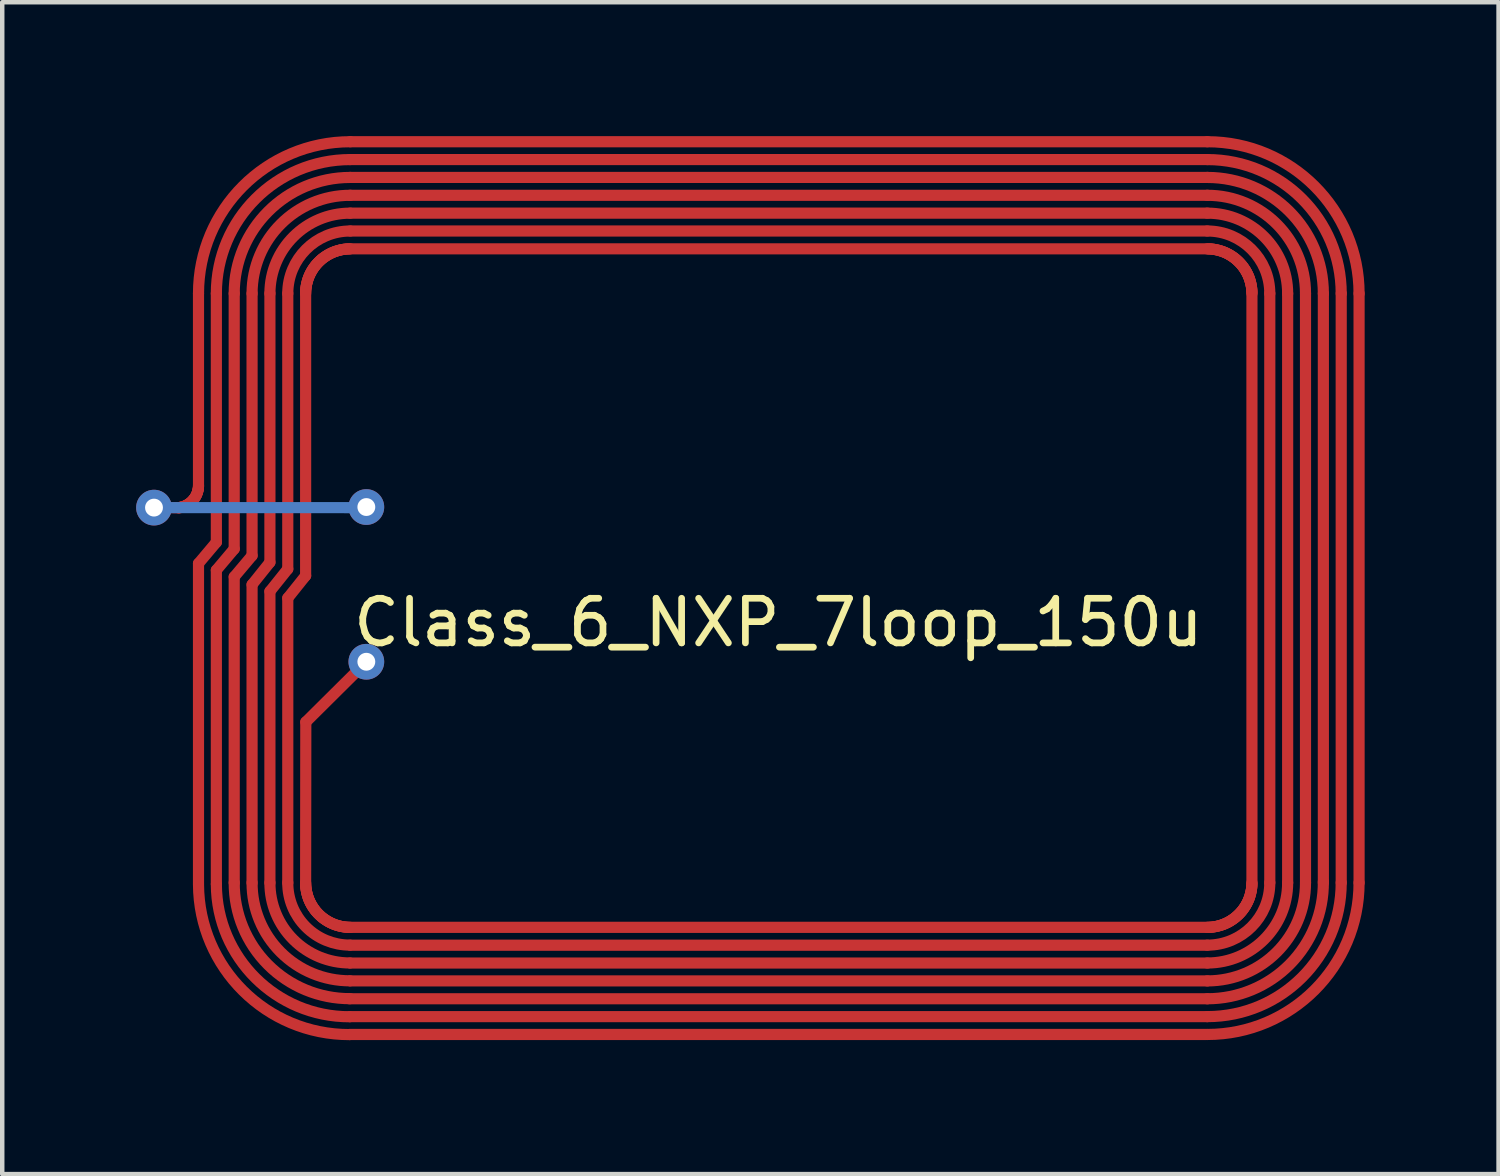
<source format=kicad_pcb>
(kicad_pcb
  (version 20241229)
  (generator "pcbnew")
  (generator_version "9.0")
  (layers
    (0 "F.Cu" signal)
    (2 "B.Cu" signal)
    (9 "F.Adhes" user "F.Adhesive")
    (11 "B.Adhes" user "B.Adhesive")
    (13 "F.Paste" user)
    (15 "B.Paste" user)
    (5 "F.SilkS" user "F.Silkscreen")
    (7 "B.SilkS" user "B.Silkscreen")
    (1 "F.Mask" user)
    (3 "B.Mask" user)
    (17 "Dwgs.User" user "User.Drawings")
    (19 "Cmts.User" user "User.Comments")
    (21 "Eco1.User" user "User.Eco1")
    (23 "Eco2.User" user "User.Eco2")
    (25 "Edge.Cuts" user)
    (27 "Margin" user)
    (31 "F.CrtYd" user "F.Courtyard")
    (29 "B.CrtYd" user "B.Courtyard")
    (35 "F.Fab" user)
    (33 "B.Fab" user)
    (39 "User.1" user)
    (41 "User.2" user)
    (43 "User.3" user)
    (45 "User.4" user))
  (footprint "Class_6_NXP_7loop_150u"
    (layer "F.Cu")
    (at 14.387 10.398)
    (property "Reference" "Class_6_NXP_7loop_150u" (at 0 0.5 0) (layer "F.SilkS") (effects (font (size 1 1) (thickness 0.15))))
    (attr through_hole)
    (fp_line (start -13.987 -2.076) (end -13.44 -2.073) (stroke (width 0.25) (type solid)) (layer "F.Cu"))
    (fp_line (start -13.446 -2.075) (end -13.425 -2.077) (stroke (width 0.25) (type solid)) (layer "F.Cu"))
    (fp_line (start -13.44 -2.073) (end -13.418 -2.073) (stroke (width 0.25) (type solid)) (layer "F.Cu"))
    (fp_line (start -13.425 -2.077) (end -13.403 -2.081) (stroke (width 0.25) (type solid)) (layer "F.Cu"))
    (fp_line (start -13.418 -2.073) (end -13.396 -2.075) (stroke (width 0.25) (type solid)) (layer "F.Cu"))
    (fp_line (start -13.403 -2.081) (end -13.382 -2.085) (stroke (width 0.25) (type solid)) (layer "F.Cu"))
    (fp_line (start -13.382 -2.085) (end -13.36 -2.09) (stroke (width 0.25) (type solid)) (layer "F.Cu"))
    (fp_line (start -13.36 -2.09) (end -13.34 -2.096) (stroke (width 0.25) (type solid)) (layer "F.Cu"))
    (fp_line (start -13.34 -2.096) (end -13.319 -2.103) (stroke (width 0.25) (type solid)) (layer "F.Cu"))
    (fp_line (start -13.319 -2.103) (end -13.298 -2.111) (stroke (width 0.25) (type solid)) (layer "F.Cu"))
    (fp_line (start -13.298 -2.111) (end -13.279 -2.12) (stroke (width 0.25) (type solid)) (layer "F.Cu"))
    (fp_line (start -13.279 -2.12) (end -13.259 -2.129) (stroke (width 0.25) (type solid)) (layer "F.Cu"))
    (fp_line (start -13.259 -2.129) (end -13.24 -2.14) (stroke (width 0.25) (type solid)) (layer "F.Cu"))
    (fp_line (start -13.24 -2.14) (end -13.221 -2.151) (stroke (width 0.25) (type solid)) (layer "F.Cu"))
    (fp_line (start -13.221 -2.151) (end -13.203 -2.163) (stroke (width 0.25) (type solid)) (layer "F.Cu"))
    (fp_line (start -13.203 -2.163) (end -13.185 -2.176) (stroke (width 0.25) (type solid)) (layer "F.Cu"))
    (fp_line (start -13.185 -2.176) (end -13.168 -2.19) (stroke (width 0.25) (type solid)) (layer "F.Cu"))
    (fp_line (start -13.168 -2.19) (end -13.152 -2.204) (stroke (width 0.25) (type solid)) (layer "F.Cu"))
    (fp_line (start -13.152 -2.204) (end -13.136 -2.22) (stroke (width 0.25) (type solid)) (layer "F.Cu"))
    (fp_line (start -13.136 -2.22) (end -13.121 -2.235) (stroke (width 0.25) (type solid)) (layer "F.Cu"))
    (fp_line (start -13.121 -2.235) (end -13.107 -2.252) (stroke (width 0.25) (type solid)) (layer "F.Cu"))
    (fp_line (start -13.107 -2.252) (end -13.093 -2.269) (stroke (width 0.25) (type solid)) (layer "F.Cu"))
    (fp_line (start -13.093 -2.269) (end -13.08 -2.286) (stroke (width 0.25) (type solid)) (layer "F.Cu"))
    (fp_line (start -13.08 -2.286) (end -13.068 -2.304) (stroke (width 0.25) (type solid)) (layer "F.Cu"))
    (fp_line (start -13.068 -2.304) (end -13.057 -2.323) (stroke (width 0.25) (type solid)) (layer "F.Cu"))
    (fp_line (start -13.057 -2.323) (end -13.046 -2.342) (stroke (width 0.25) (type solid)) (layer "F.Cu"))
    (fp_line (start -13.046 -2.342) (end -13.036 -2.362) (stroke (width 0.25) (type solid)) (layer "F.Cu"))
    (fp_line (start -13.036 -2.362) (end -13.028 -2.382) (stroke (width 0.25) (type solid)) (layer "F.Cu"))
    (fp_line (start -13.028 -2.382) (end -13.02 -2.402) (stroke (width 0.25) (type solid)) (layer "F.Cu"))
    (fp_line (start -13.02 -2.402) (end -13.013 -2.423) (stroke (width 0.25) (type solid)) (layer "F.Cu"))
    (fp_line (start -13.013 -2.423) (end -13.007 -2.444) (stroke (width 0.25) (type solid)) (layer "F.Cu"))
    (fp_line (start -13.007 -2.444) (end -13.002 -2.465) (stroke (width 0.25) (type solid)) (layer "F.Cu"))
    (fp_line (start -13.002 -2.465) (end -12.997 -2.486) (stroke (width 0.25) (type solid)) (layer "F.Cu"))
    (fp_line (start -12.997 -2.486) (end -12.994 -2.508) (stroke (width 0.25) (type solid)) (layer "F.Cu"))
    (fp_line (start -12.994 -2.508) (end -12.992 -2.529) (stroke (width 0.25) (type solid)) (layer "F.Cu"))
    (fp_line (start -12.992 -2.529) (end -12.99 -2.551) (stroke (width 0.25) (type solid)) (layer "F.Cu"))
    (fp_line (start -12.99 -2.551) (end -12.99 -2.573) (stroke (width 0.25) (type solid)) (layer "F.Cu"))
    (fp_line (start -12.99 -6.873) (end -12.99 -2.573) (stroke (width 0.25) (type solid)) (layer "F.Cu"))
    (fp_line (start -12.99 -0.825) (end -12.99 6.35) (stroke (width 0.25) (type solid)) (layer "F.Cu"))
    (fp_line (start -12.99 -0.825) (end -12.59 -1.3) (stroke (width 0.25) (type solid)) (layer "F.Cu"))
    (fp_line (start -12.59 -1.3) (end -12.59 -6.873) (stroke (width 0.25) (type solid)) (layer "F.Cu"))
    (fp_line (start -12.59 -0.675) (end -12.59 6.35) (stroke (width 0.25) (type solid)) (layer "F.Cu"))
    (fp_line (start -12.59 -0.675) (end -12.19 -1.15) (stroke (width 0.25) (type solid)) (layer "F.Cu"))
    (fp_line (start -12.19 -0.525) (end -12.19 6.327) (stroke (width 0.25) (type solid)) (layer "F.Cu"))
    (fp_line (start -12.19 -0.525) (end -11.79 -1) (stroke (width 0.25) (type solid)) (layer "F.Cu"))
    (fp_line (start -12.19 -1.15) (end -12.19 -6.873) (stroke (width 0.25) (type solid)) (layer "F.Cu"))
    (fp_line (start -11.79 -1) (end -11.79 -6.873) (stroke (width 0.25) (type solid)) (layer "F.Cu"))
    (fp_line (start -11.79 -0.35) (end -11.79 6.327) (stroke (width 0.25) (type solid)) (layer "F.Cu"))
    (fp_line (start -11.39 -6.873) (end -11.39 -0.85) (stroke (width 0.25) (type solid)) (layer "F.Cu"))
    (fp_line (start -11.39 -0.85) (end -11.79 -0.35) (stroke (width 0.25) (type solid)) (layer "F.Cu"))
    (fp_line (start -11.39 -0.2) (end -10.99 -0.7) (stroke (width 0.25) (type solid)) (layer "F.Cu"))
    (fp_line (start -11.39 6.327) (end -11.39 -0.2) (stroke (width 0.25) (type solid)) (layer "F.Cu"))
    (fp_line (start -10.99 -0.7) (end -10.99 -6.873) (stroke (width 0.25) (type solid)) (layer "F.Cu"))
    (fp_line (start -10.99 -0.05) (end -10.99 6.327) (stroke (width 0.25) (type solid)) (layer "F.Cu"))
    (fp_line (start -10.59 -6.873) (end -10.59 -0.55) (stroke (width 0.25) (type solid)) (layer "F.Cu"))
    (fp_line (start -10.59 -0.55) (end -10.99 -0.05) (stroke (width 0.25) (type solid)) (layer "F.Cu"))
    (fp_line (start -10.59 6.327) (end -10.589 6.358) (stroke (width 0.25) (type solid)) (layer "F.Cu"))
    (fp_line (start -10.59 6.327) (end -10.586 2.727) (stroke (width 0.25) (type solid)) (layer "F.Cu"))
    (fp_line (start -10.589 -6.904) (end -10.59 -6.873) (stroke (width 0.25) (type solid)) (layer "F.Cu"))
    (fp_line (start -10.589 6.358) (end -10.588 6.39) (stroke (width 0.25) (type solid)) (layer "F.Cu"))
    (fp_line (start -10.588 -6.936) (end -10.589 -6.904) (stroke (width 0.25) (type solid)) (layer "F.Cu"))
    (fp_line (start -10.588 6.39) (end -10.586 6.421) (stroke (width 0.25) (type solid)) (layer "F.Cu"))
    (fp_line (start -10.586 2.727) (end -9.25 1.4) (stroke (width 0.25) (type solid)) (layer "F.Cu"))
    (fp_line (start -10.586 -6.967) (end -10.588 -6.936) (stroke (width 0.25) (type solid)) (layer "F.Cu"))
    (fp_line (start -10.586 6.421) (end -10.582 6.452) (stroke (width 0.25) (type solid)) (layer "F.Cu"))
    (fp_line (start -10.582 -6.998) (end -10.586 -6.967) (stroke (width 0.25) (type solid)) (layer "F.Cu"))
    (fp_line (start -10.582 6.452) (end -10.578 6.483) (stroke (width 0.25) (type solid)) (layer "F.Cu"))
    (fp_line (start -10.578 -7.029) (end -10.582 -6.998) (stroke (width 0.25) (type solid)) (layer "F.Cu"))
    (fp_line (start -10.578 6.483) (end -10.572 6.514) (stroke (width 0.25) (type solid)) (layer "F.Cu"))
    (fp_line (start -10.572 -7.06) (end -10.578 -7.029) (stroke (width 0.25) (type solid)) (layer "F.Cu"))
    (fp_line (start -10.572 6.514) (end -10.566 6.545) (stroke (width 0.25) (type solid)) (layer "F.Cu"))
    (fp_line (start -10.566 -7.091) (end -10.572 -7.06) (stroke (width 0.25) (type solid)) (layer "F.Cu"))
    (fp_line (start -10.566 6.545) (end -10.558 6.576) (stroke (width 0.25) (type solid)) (layer "F.Cu"))
    (fp_line (start -10.558 -7.122) (end -10.566 -7.091) (stroke (width 0.25) (type solid)) (layer "F.Cu"))
    (fp_line (start -10.558 6.576) (end -10.55 6.606) (stroke (width 0.25) (type solid)) (layer "F.Cu"))
    (fp_line (start -10.55 -7.152) (end -10.558 -7.122) (stroke (width 0.25) (type solid)) (layer "F.Cu"))
    (fp_line (start -10.55 6.606) (end -10.541 6.636) (stroke (width 0.25) (type solid)) (layer "F.Cu"))
    (fp_line (start -10.541 -7.182) (end -10.55 -7.152) (stroke (width 0.25) (type solid)) (layer "F.Cu"))
    (fp_line (start -10.541 6.636) (end -10.531 6.666) (stroke (width 0.25) (type solid)) (layer "F.Cu"))
    (fp_line (start -10.531 -7.212) (end -10.541 -7.182) (stroke (width 0.25) (type solid)) (layer "F.Cu"))
    (fp_line (start -10.531 6.666) (end -10.52 6.695) (stroke (width 0.25) (type solid)) (layer "F.Cu"))
    (fp_line (start -10.52 -7.241) (end -10.531 -7.212) (stroke (width 0.25) (type solid)) (layer "F.Cu"))
    (fp_line (start -10.52 6.695) (end -10.508 6.724) (stroke (width 0.25) (type solid)) (layer "F.Cu"))
    (fp_line (start -10.508 -7.27) (end -10.52 -7.241) (stroke (width 0.25) (type solid)) (layer "F.Cu"))
    (fp_line (start -10.508 6.724) (end -10.495 6.753) (stroke (width 0.25) (type solid)) (layer "F.Cu"))
    (fp_line (start -10.495 -7.299) (end -10.508 -7.27) (stroke (width 0.25) (type solid)) (layer "F.Cu"))
    (fp_line (start -10.495 6.753) (end -10.481 6.781) (stroke (width 0.25) (type solid)) (layer "F.Cu"))
    (fp_line (start -10.481 -7.327) (end -10.495 -7.299) (stroke (width 0.25) (type solid)) (layer "F.Cu"))
    (fp_line (start -10.481 6.781) (end -10.466 6.809) (stroke (width 0.25) (type solid)) (layer "F.Cu"))
    (fp_line (start -10.466 -7.355) (end -10.481 -7.327) (stroke (width 0.25) (type solid)) (layer "F.Cu"))
    (fp_line (start -10.466 6.809) (end -10.451 6.836) (stroke (width 0.25) (type solid)) (layer "F.Cu"))
    (fp_line (start -10.451 -7.382) (end -10.466 -7.355) (stroke (width 0.25) (type solid)) (layer "F.Cu"))
    (fp_line (start -10.451 6.836) (end -10.434 6.863) (stroke (width 0.25) (type solid)) (layer "F.Cu"))
    (fp_line (start -10.434 -7.409) (end -10.451 -7.382) (stroke (width 0.25) (type solid)) (layer "F.Cu"))
    (fp_line (start -10.434 6.863) (end -10.417 6.889) (stroke (width 0.25) (type solid)) (layer "F.Cu"))
    (fp_line (start -10.417 -7.435) (end -10.434 -7.409) (stroke (width 0.25) (type solid)) (layer "F.Cu"))
    (fp_line (start -10.417 6.889) (end -10.399 6.915) (stroke (width 0.25) (type solid)) (layer "F.Cu"))
    (fp_line (start -10.399 -7.461) (end -10.417 -7.435) (stroke (width 0.25) (type solid)) (layer "F.Cu"))
    (fp_line (start -10.399 6.915) (end -10.38 6.94) (stroke (width 0.25) (type solid)) (layer "F.Cu"))
    (fp_line (start -10.38 -7.486) (end -10.399 -7.461) (stroke (width 0.25) (type solid)) (layer "F.Cu"))
    (fp_line (start -10.38 6.94) (end -10.361 6.965) (stroke (width 0.25) (type solid)) (layer "F.Cu"))
    (fp_line (start -10.361 -7.51) (end -10.38 -7.486) (stroke (width 0.25) (type solid)) (layer "F.Cu"))
    (fp_line (start -10.361 6.965) (end -10.34 6.988) (stroke (width 0.25) (type solid)) (layer "F.Cu"))
    (fp_line (start -10.34 -7.534) (end -10.361 -7.51) (stroke (width 0.25) (type solid)) (layer "F.Cu"))
    (fp_line (start -10.34 6.988) (end -10.319 7.012) (stroke (width 0.25) (type solid)) (layer "F.Cu"))
    (fp_line (start -10.319 -7.557) (end -10.34 -7.534) (stroke (width 0.25) (type solid)) (layer "F.Cu"))
    (fp_line (start -10.319 7.012) (end -10.297 7.034) (stroke (width 0.25) (type solid)) (layer "F.Cu"))
    (fp_line (start -10.297 -7.58) (end -10.319 -7.557) (stroke (width 0.25) (type solid)) (layer "F.Cu"))
    (fp_line (start -10.297 7.034) (end -10.274 7.056) (stroke (width 0.25) (type solid)) (layer "F.Cu"))
    (fp_line (start -10.274 -7.602) (end -10.297 -7.58) (stroke (width 0.25) (type solid)) (layer "F.Cu"))
    (fp_line (start -10.274 7.056) (end -10.251 7.077) (stroke (width 0.25) (type solid)) (layer "F.Cu"))
    (fp_line (start -10.251 -7.623) (end -10.274 -7.602) (stroke (width 0.25) (type solid)) (layer "F.Cu"))
    (fp_line (start -10.251 7.077) (end -10.228 7.098) (stroke (width 0.25) (type solid)) (layer "F.Cu"))
    (fp_line (start -10.228 -7.644) (end -10.251 -7.623) (stroke (width 0.25) (type solid)) (layer "F.Cu"))
    (fp_line (start -10.228 7.098) (end -10.203 7.117) (stroke (width 0.25) (type solid)) (layer "F.Cu"))
    (fp_line (start -10.203 -7.663) (end -10.228 -7.644) (stroke (width 0.25) (type solid)) (layer "F.Cu"))
    (fp_line (start -10.203 7.117) (end -10.178 7.136) (stroke (width 0.25) (type solid)) (layer "F.Cu"))
    (fp_line (start -10.178 -7.682) (end -10.203 -7.663) (stroke (width 0.25) (type solid)) (layer "F.Cu"))
    (fp_line (start -10.178 7.136) (end -10.152 7.154) (stroke (width 0.25) (type solid)) (layer "F.Cu"))
    (fp_line (start -10.152 -7.7) (end -10.178 -7.682) (stroke (width 0.25) (type solid)) (layer "F.Cu"))
    (fp_line (start -10.152 7.154) (end -10.126 7.171) (stroke (width 0.25) (type solid)) (layer "F.Cu"))
    (fp_line (start -10.126 -7.717) (end -10.152 -7.7) (stroke (width 0.25) (type solid)) (layer "F.Cu"))
    (fp_line (start -10.126 7.171) (end -10.099 7.188) (stroke (width 0.25) (type solid)) (layer "F.Cu"))
    (fp_line (start -10.099 -7.734) (end -10.126 -7.717) (stroke (width 0.25) (type solid)) (layer "F.Cu"))
    (fp_line (start -10.099 7.188) (end -10.072 7.203) (stroke (width 0.25) (type solid)) (layer "F.Cu"))
    (fp_line (start -10.072 -7.749) (end -10.099 -7.734) (stroke (width 0.25) (type solid)) (layer "F.Cu"))
    (fp_line (start -10.072 7.203) (end -10.044 7.218) (stroke (width 0.25) (type solid)) (layer "F.Cu"))
    (fp_line (start -10.044 -7.764) (end -10.072 -7.749) (stroke (width 0.25) (type solid)) (layer "F.Cu"))
    (fp_line (start -10.044 7.218) (end -10.016 7.232) (stroke (width 0.25) (type solid)) (layer "F.Cu"))
    (fp_line (start -10.016 -7.778) (end -10.044 -7.764) (stroke (width 0.25) (type solid)) (layer "F.Cu"))
    (fp_line (start -10.016 7.232) (end -9.987 7.245) (stroke (width 0.25) (type solid)) (layer "F.Cu"))
    (fp_line (start -9.987 -7.791) (end -10.016 -7.778) (stroke (width 0.25) (type solid)) (layer "F.Cu"))
    (fp_line (start -9.987 7.245) (end -9.958 7.257) (stroke (width 0.25) (type solid)) (layer "F.Cu"))
    (fp_line (start -9.958 -7.803) (end -9.987 -7.791) (stroke (width 0.25) (type solid)) (layer "F.Cu"))
    (fp_line (start -9.958 7.257) (end -9.929 7.268) (stroke (width 0.25) (type solid)) (layer "F.Cu"))
    (fp_line (start -9.929 -7.814) (end -9.958 -7.803) (stroke (width 0.25) (type solid)) (layer "F.Cu"))
    (fp_line (start -9.929 7.268) (end -9.899 7.278) (stroke (width 0.25) (type solid)) (layer "F.Cu"))
    (fp_line (start -9.899 -7.824) (end -9.929 -7.814) (stroke (width 0.25) (type solid)) (layer "F.Cu"))
    (fp_line (start -9.899 7.278) (end -9.869 7.287) (stroke (width 0.25) (type solid)) (layer "F.Cu"))
    (fp_line (start -9.869 -7.833) (end -9.899 -7.824) (stroke (width 0.25) (type solid)) (layer "F.Cu"))
    (fp_line (start -9.869 7.287) (end -9.839 7.295) (stroke (width 0.25) (type solid)) (layer "F.Cu"))
    (fp_line (start -9.839 -7.841) (end -9.869 -7.833) (stroke (width 0.25) (type solid)) (layer "F.Cu"))
    (fp_line (start -9.839 7.295) (end -9.808 7.303) (stroke (width 0.25) (type solid)) (layer "F.Cu"))
    (fp_line (start -9.808 -7.849) (end -9.839 -7.841) (stroke (width 0.25) (type solid)) (layer "F.Cu"))
    (fp_line (start -9.808 7.303) (end -9.777 7.309) (stroke (width 0.25) (type solid)) (layer "F.Cu"))
    (fp_line (start -9.777 -7.855) (end -9.808 -7.849) (stroke (width 0.25) (type solid)) (layer "F.Cu"))
    (fp_line (start -9.777 7.309) (end -9.746 7.315) (stroke (width 0.25) (type solid)) (layer "F.Cu"))
    (fp_line (start -9.746 -7.861) (end -9.777 -7.855) (stroke (width 0.25) (type solid)) (layer "F.Cu"))
    (fp_line (start -9.746 7.315) (end -9.715 7.319) (stroke (width 0.25) (type solid)) (layer "F.Cu"))
    (fp_line (start -9.715 -7.865) (end -9.746 -7.861) (stroke (width 0.25) (type solid)) (layer "F.Cu"))
    (fp_line (start -9.715 7.319) (end -9.684 7.323) (stroke (width 0.25) (type solid)) (layer "F.Cu"))
    (fp_line (start -9.684 -7.869) (end -9.715 -7.865) (stroke (width 0.25) (type solid)) (layer "F.Cu"))
    (fp_line (start -9.684 7.323) (end -9.653 7.325) (stroke (width 0.25) (type solid)) (layer "F.Cu"))
    (fp_line (start -9.653 -7.871) (end -9.684 -7.869) (stroke (width 0.25) (type solid)) (layer "F.Cu"))
    (fp_line (start -9.653 7.325) (end -9.621 7.326) (stroke (width 0.25) (type solid)) (layer "F.Cu"))
    (fp_line (start -9.621 -7.872) (end -9.653 -7.871) (stroke (width 0.25) (type solid)) (layer "F.Cu"))
    (fp_line (start -9.621 7.326) (end -9.59 7.327) (stroke (width 0.25) (type solid)) (layer "F.Cu"))
    (fp_line (start -9.61 8.927) (end 9.61 8.927) (stroke (width 0.25) (type solid)) (layer "F.Cu"))
    (fp_line (start -9.61 9.727) (end 9.6 9.727) (stroke (width 0.25) (type solid)) (layer "F.Cu"))
    (fp_line (start -9.6 9.327) (end 9.61 9.327) (stroke (width 0.25) (type solid)) (layer "F.Cu"))
    (fp_line (start -9.59 -9.073) (end 9.61 -9.073) (stroke (width 0.25) (type solid)) (layer "F.Cu"))
    (fp_line (start -9.59 -8.273) (end 9.61 -8.273) (stroke (width 0.25) (type solid)) (layer "F.Cu"))
    (fp_line (start -9.59 -7.873) (end -9.621 -7.872) (stroke (width 0.25) (type solid)) (layer "F.Cu"))
    (fp_line (start -9.59 7.327) (end 9.61 7.327) (stroke (width 0.25) (type solid)) (layer "F.Cu"))
    (fp_line (start -9.59 8.127) (end 9.61 8.127) (stroke (width 0.25) (type solid)) (layer "F.Cu"))
    (fp_line (start 9.61 -10.273) (end -9.59 -10.273) (stroke (width 0.25) (type solid)) (layer "F.Cu"))
    (fp_line (start 9.61 -9.873) (end -9.59 -9.873) (stroke (width 0.25) (type solid)) (layer "F.Cu"))
    (fp_line (start 9.61 -9.473) (end -9.59 -9.473) (stroke (width 0.25) (type solid)) (layer "F.Cu"))
    (fp_line (start 9.61 -8.673) (end -9.59 -8.673) (stroke (width 0.25) (type solid)) (layer "F.Cu"))
    (fp_line (start 9.61 -7.873) (end -9.59 -7.873) (stroke (width 0.25) (type solid)) (layer "F.Cu"))
    (fp_line (start 9.61 7.327) (end 9.641 7.326) (stroke (width 0.25) (type solid)) (layer "F.Cu"))
    (fp_line (start 9.61 7.727) (end -9.59 7.727) (stroke (width 0.25) (type solid)) (layer "F.Cu"))
    (fp_line (start 9.61 8.527) (end -9.59 8.527) (stroke (width 0.25) (type solid)) (layer "F.Cu"))
    (fp_line (start 9.641 -7.872) (end 9.61 -7.873) (stroke (width 0.25) (type solid)) (layer "F.Cu"))
    (fp_line (start 9.641 7.326) (end 9.673 7.325) (stroke (width 0.25) (type solid)) (layer "F.Cu"))
    (fp_line (start 9.673 -7.871) (end 9.641 -7.872) (stroke (width 0.25) (type solid)) (layer "F.Cu"))
    (fp_line (start 9.673 7.325) (end 9.704 7.323) (stroke (width 0.25) (type solid)) (layer "F.Cu"))
    (fp_line (start 9.704 -7.869) (end 9.673 -7.871) (stroke (width 0.25) (type solid)) (layer "F.Cu"))
    (fp_line (start 9.704 7.323) (end 9.735 7.319) (stroke (width 0.25) (type solid)) (layer "F.Cu"))
    (fp_line (start 9.735 -7.865) (end 9.704 -7.869) (stroke (width 0.25) (type solid)) (layer "F.Cu"))
    (fp_line (start 9.735 7.319) (end 9.766 7.315) (stroke (width 0.25) (type solid)) (layer "F.Cu"))
    (fp_line (start 9.766 -7.861) (end 9.735 -7.865) (stroke (width 0.25) (type solid)) (layer "F.Cu"))
    (fp_line (start 9.766 7.315) (end 9.797 7.309) (stroke (width 0.25) (type solid)) (layer "F.Cu"))
    (fp_line (start 9.797 -7.855) (end 9.766 -7.861) (stroke (width 0.25) (type solid)) (layer "F.Cu"))
    (fp_line (start 9.797 7.309) (end 9.828 7.303) (stroke (width 0.25) (type solid)) (layer "F.Cu"))
    (fp_line (start 9.828 -7.849) (end 9.797 -7.855) (stroke (width 0.25) (type solid)) (layer "F.Cu"))
    (fp_line (start 9.828 7.303) (end 9.859 7.295) (stroke (width 0.25) (type solid)) (layer "F.Cu"))
    (fp_line (start 9.859 -7.841) (end 9.828 -7.849) (stroke (width 0.25) (type solid)) (layer "F.Cu"))
    (fp_line (start 9.859 7.295) (end 9.889 7.287) (stroke (width 0.25) (type solid)) (layer "F.Cu"))
    (fp_line (start 9.889 -7.833) (end 9.859 -7.841) (stroke (width 0.25) (type solid)) (layer "F.Cu"))
    (fp_line (start 9.889 7.287) (end 9.919 7.278) (stroke (width 0.25) (type solid)) (layer "F.Cu"))
    (fp_line (start 9.919 -7.824) (end 9.889 -7.833) (stroke (width 0.25) (type solid)) (layer "F.Cu"))
    (fp_line (start 9.919 7.278) (end 9.949 7.268) (stroke (width 0.25) (type solid)) (layer "F.Cu"))
    (fp_line (start 9.949 -7.814) (end 9.919 -7.824) (stroke (width 0.25) (type solid)) (layer "F.Cu"))
    (fp_line (start 9.949 7.268) (end 9.978 7.257) (stroke (width 0.25) (type solid)) (layer "F.Cu"))
    (fp_line (start 9.978 -7.803) (end 9.949 -7.814) (stroke (width 0.25) (type solid)) (layer "F.Cu"))
    (fp_line (start 9.978 7.257) (end 10.007 7.245) (stroke (width 0.25) (type solid)) (layer "F.Cu"))
    (fp_line (start 10.007 -7.791) (end 9.978 -7.803) (stroke (width 0.25) (type solid)) (layer "F.Cu"))
    (fp_line (start 10.007 7.245) (end 10.036 7.232) (stroke (width 0.25) (type solid)) (layer "F.Cu"))
    (fp_line (start 10.036 -7.778) (end 10.007 -7.791) (stroke (width 0.25) (type solid)) (layer "F.Cu"))
    (fp_line (start 10.036 7.232) (end 10.064 7.218) (stroke (width 0.25) (type solid)) (layer "F.Cu"))
    (fp_line (start 10.064 -7.764) (end 10.036 -7.778) (stroke (width 0.25) (type solid)) (layer "F.Cu"))
    (fp_line (start 10.064 7.218) (end 10.092 7.203) (stroke (width 0.25) (type solid)) (layer "F.Cu"))
    (fp_line (start 10.092 -7.749) (end 10.064 -7.764) (stroke (width 0.25) (type solid)) (layer "F.Cu"))
    (fp_line (start 10.092 7.203) (end 10.119 7.188) (stroke (width 0.25) (type solid)) (layer "F.Cu"))
    (fp_line (start 10.119 -7.734) (end 10.092 -7.749) (stroke (width 0.25) (type solid)) (layer "F.Cu"))
    (fp_line (start 10.119 7.188) (end 10.146 7.171) (stroke (width 0.25) (type solid)) (layer "F.Cu"))
    (fp_line (start 10.146 -7.717) (end 10.119 -7.734) (stroke (width 0.25) (type solid)) (layer "F.Cu"))
    (fp_line (start 10.146 7.171) (end 10.172 7.154) (stroke (width 0.25) (type solid)) (layer "F.Cu"))
    (fp_line (start 10.172 -7.7) (end 10.146 -7.717) (stroke (width 0.25) (type solid)) (layer "F.Cu"))
    (fp_line (start 10.172 7.154) (end 10.198 7.136) (stroke (width 0.25) (type solid)) (layer "F.Cu"))
    (fp_line (start 10.198 -7.682) (end 10.172 -7.7) (stroke (width 0.25) (type solid)) (layer "F.Cu"))
    (fp_line (start 10.198 7.136) (end 10.223 7.117) (stroke (width 0.25) (type solid)) (layer "F.Cu"))
    (fp_line (start 10.223 -7.663) (end 10.198 -7.682) (stroke (width 0.25) (type solid)) (layer "F.Cu"))
    (fp_line (start 10.223 7.117) (end 10.247 7.098) (stroke (width 0.25) (type solid)) (layer "F.Cu"))
    (fp_line (start 10.247 -7.644) (end 10.223 -7.663) (stroke (width 0.25) (type solid)) (layer "F.Cu"))
    (fp_line (start 10.247 7.098) (end 10.271 7.077) (stroke (width 0.25) (type solid)) (layer "F.Cu"))
    (fp_line (start 10.271 -7.623) (end 10.247 -7.644) (stroke (width 0.25) (type solid)) (layer "F.Cu"))
    (fp_line (start 10.271 7.077) (end 10.294 7.056) (stroke (width 0.25) (type solid)) (layer "F.Cu"))
    (fp_line (start 10.294 -7.602) (end 10.271 -7.623) (stroke (width 0.25) (type solid)) (layer "F.Cu"))
    (fp_line (start 10.294 7.056) (end 10.317 7.034) (stroke (width 0.25) (type solid)) (layer "F.Cu"))
    (fp_line (start 10.317 -7.58) (end 10.294 -7.602) (stroke (width 0.25) (type solid)) (layer "F.Cu"))
    (fp_line (start 10.317 7.034) (end 10.339 7.012) (stroke (width 0.25) (type solid)) (layer "F.Cu"))
    (fp_line (start 10.339 -7.557) (end 10.317 -7.58) (stroke (width 0.25) (type solid)) (layer "F.Cu"))
    (fp_line (start 10.339 7.012) (end 10.36 6.988) (stroke (width 0.25) (type solid)) (layer "F.Cu"))
    (fp_line (start 10.36 -7.534) (end 10.339 -7.557) (stroke (width 0.25) (type solid)) (layer "F.Cu"))
    (fp_line (start 10.36 6.988) (end 10.381 6.965) (stroke (width 0.25) (type solid)) (layer "F.Cu"))
    (fp_line (start 10.381 -7.51) (end 10.36 -7.534) (stroke (width 0.25) (type solid)) (layer "F.Cu"))
    (fp_line (start 10.381 6.965) (end 10.4 6.94) (stroke (width 0.25) (type solid)) (layer "F.Cu"))
    (fp_line (start 10.4 -7.486) (end 10.381 -7.51) (stroke (width 0.25) (type solid)) (layer "F.Cu"))
    (fp_line (start 10.4 6.94) (end 10.419 6.915) (stroke (width 0.25) (type solid)) (layer "F.Cu"))
    (fp_line (start 10.419 -7.461) (end 10.4 -7.486) (stroke (width 0.25) (type solid)) (layer "F.Cu"))
    (fp_line (start 10.419 6.915) (end 10.437 6.889) (stroke (width 0.25) (type solid)) (layer "F.Cu"))
    (fp_line (start 10.437 -7.435) (end 10.419 -7.461) (stroke (width 0.25) (type solid)) (layer "F.Cu"))
    (fp_line (start 10.437 6.889) (end 10.454 6.863) (stroke (width 0.25) (type solid)) (layer "F.Cu"))
    (fp_line (start 10.454 -7.409) (end 10.437 -7.435) (stroke (width 0.25) (type solid)) (layer "F.Cu"))
    (fp_line (start 10.454 6.863) (end 10.471 6.836) (stroke (width 0.25) (type solid)) (layer "F.Cu"))
    (fp_line (start 10.471 -7.382) (end 10.454 -7.409) (stroke (width 0.25) (type solid)) (layer "F.Cu"))
    (fp_line (start 10.471 6.836) (end 10.486 6.809) (stroke (width 0.25) (type solid)) (layer "F.Cu"))
    (fp_line (start 10.486 -7.355) (end 10.471 -7.382) (stroke (width 0.25) (type solid)) (layer "F.Cu"))
    (fp_line (start 10.486 6.809) (end 10.501 6.781) (stroke (width 0.25) (type solid)) (layer "F.Cu"))
    (fp_line (start 10.501 -7.327) (end 10.486 -7.355) (stroke (width 0.25) (type solid)) (layer "F.Cu"))
    (fp_line (start 10.501 6.781) (end 10.515 6.753) (stroke (width 0.25) (type solid)) (layer "F.Cu"))
    (fp_line (start 10.515 -7.299) (end 10.501 -7.327) (stroke (width 0.25) (type solid)) (layer "F.Cu"))
    (fp_line (start 10.515 6.753) (end 10.528 6.724) (stroke (width 0.25) (type solid)) (layer "F.Cu"))
    (fp_line (start 10.528 -7.27) (end 10.515 -7.299) (stroke (width 0.25) (type solid)) (layer "F.Cu"))
    (fp_line (start 10.528 6.724) (end 10.54 6.695) (stroke (width 0.25) (type solid)) (layer "F.Cu"))
    (fp_line (start 10.54 -7.241) (end 10.528 -7.27) (stroke (width 0.25) (type solid)) (layer "F.Cu"))
    (fp_line (start 10.54 6.695) (end 10.551 6.666) (stroke (width 0.25) (type solid)) (layer "F.Cu"))
    (fp_line (start 10.551 -7.212) (end 10.54 -7.241) (stroke (width 0.25) (type solid)) (layer "F.Cu"))
    (fp_line (start 10.551 6.666) (end 10.561 6.636) (stroke (width 0.25) (type solid)) (layer "F.Cu"))
    (fp_line (start 10.561 -7.182) (end 10.551 -7.212) (stroke (width 0.25) (type solid)) (layer "F.Cu"))
    (fp_line (start 10.561 6.636) (end 10.57 6.606) (stroke (width 0.25) (type solid)) (layer "F.Cu"))
    (fp_line (start 10.57 -7.152) (end 10.561 -7.182) (stroke (width 0.25) (type solid)) (layer "F.Cu"))
    (fp_line (start 10.57 6.606) (end 10.578 6.576) (stroke (width 0.25) (type solid)) (layer "F.Cu"))
    (fp_line (start 10.578 -7.122) (end 10.57 -7.152) (stroke (width 0.25) (type solid)) (layer "F.Cu"))
    (fp_line (start 10.578 6.576) (end 10.586 6.545) (stroke (width 0.25) (type solid)) (layer "F.Cu"))
    (fp_line (start 10.586 -7.091) (end 10.578 -7.122) (stroke (width 0.25) (type solid)) (layer "F.Cu"))
    (fp_line (start 10.586 6.545) (end 10.592 6.514) (stroke (width 0.25) (type solid)) (layer "F.Cu"))
    (fp_line (start 10.592 -7.06) (end 10.586 -7.091) (stroke (width 0.25) (type solid)) (layer "F.Cu"))
    (fp_line (start 10.592 6.514) (end 10.598 6.483) (stroke (width 0.25) (type solid)) (layer "F.Cu"))
    (fp_line (start 10.598 -7.029) (end 10.592 -7.06) (stroke (width 0.25) (type solid)) (layer "F.Cu"))
    (fp_line (start 10.598 6.483) (end 10.602 6.452) (stroke (width 0.25) (type solid)) (layer "F.Cu"))
    (fp_line (start 10.602 -6.998) (end 10.598 -7.029) (stroke (width 0.25) (type solid)) (layer "F.Cu"))
    (fp_line (start 10.602 6.452) (end 10.606 6.421) (stroke (width 0.25) (type solid)) (layer "F.Cu"))
    (fp_line (start 10.606 -6.967) (end 10.602 -6.998) (stroke (width 0.25) (type solid)) (layer "F.Cu"))
    (fp_line (start 10.606 6.421) (end 10.608 6.39) (stroke (width 0.25) (type solid)) (layer "F.Cu"))
    (fp_line (start 10.608 -6.936) (end 10.606 -6.967) (stroke (width 0.25) (type solid)) (layer "F.Cu"))
    (fp_line (start 10.608 6.39) (end 10.609 6.358) (stroke (width 0.25) (type solid)) (layer "F.Cu"))
    (fp_line (start 10.609 -6.904) (end 10.608 -6.936) (stroke (width 0.25) (type solid)) (layer "F.Cu"))
    (fp_line (start 10.609 6.358) (end 10.61 6.327) (stroke (width 0.25) (type solid)) (layer "F.Cu"))
    (fp_line (start 10.61 -6.873) (end 10.609 -6.904) (stroke (width 0.25) (type solid)) (layer "F.Cu"))
    (fp_line (start 10.61 6.327) (end 10.61 -6.873) (stroke (width 0.25) (type solid)) (layer "F.Cu"))
    (fp_line (start 11.01 -6.873) (end 11.01 6.327) (stroke (width 0.25) (type solid)) (layer "F.Cu"))
    (fp_line (start 11.41 6.327) (end 11.41 -6.873) (stroke (width 0.25) (type solid)) (layer "F.Cu"))
    (fp_line (start 11.81 -6.873) (end 11.81 6.327) (stroke (width 0.25) (type solid)) (layer "F.Cu"))
    (fp_line (start 12.21 6.327) (end 12.21 -6.873) (stroke (width 0.25) (type solid)) (layer "F.Cu"))
    (fp_line (start 12.61 6.327) (end 12.61 -6.873) (stroke (width 0.25) (type solid)) (layer "F.Cu"))
    (fp_line (start 13.01 6.327) (end 13.01 -6.873) (stroke (width 0.25) (type solid)) (layer "F.Cu"))
    (fp_arc (start -12.99002 -6.87288) (mid -11.994168 -9.277078) (end -9.58997 -10.27293) (stroke (width 0.24994) (type solid)) (layer "F.Cu"))
    (fp_arc (start -12.59002 -6.87288) (mid -11.711326 -8.994236) (end -9.58997 -9.87293) (stroke (width 0.24994) (type solid)) (layer "F.Cu"))
    (fp_arc (start -12.19002 -6.87288) (mid -11.428483 -8.711393) (end -9.58997 -9.47293) (stroke (width 0.24994) (type solid)) (layer "F.Cu"))
    (fp_arc (start -11.79001 -6.87288) (mid -11.145633 -8.428543) (end -9.58997 -9.07292) (stroke (width 0.24994) (type solid)) (layer "F.Cu"))
    (fp_arc (start -11.38999 -6.87288) (mid -10.862776 -8.145686) (end -9.58997 -8.6729) (stroke (width 0.24994) (type solid)) (layer "F.Cu"))
    (fp_arc (start -10.98998 -6.87288) (mid -10.579927 -7.862837) (end -9.58997 -8.27289) (stroke (width 0.24994) (type solid)) (layer "F.Cu"))
    (fp_arc (start -9.605017 9.330034) (mid -11.710128 8.464258) (end -12.59 6.365) (stroke (width 0.24994) (type solid)) (layer "F.Cu"))
    (fp_arc (start -9.604346 9.730029) (mid -11.992731 8.747336) (end -12.99 6.365) (stroke (width 0.24994) (type solid)) (layer "F.Cu"))
    (fp_arc (start -9.597678 7.725001) (mid -10.584889 7.315867) (end -10.98998 6.32699) (stroke (width 0.24994) (type solid)) (layer "F.Cu"))
    (fp_arc (start -9.59701 8.125005) (mid -10.8675 7.59895) (end -11.38999 6.32699) (stroke (width 0.24994) (type solid)) (layer "F.Cu"))
    (fp_arc (start -9.596342 8.525012) (mid -11.150112 7.882035) (end -11.79 6.32699) (stroke (width 0.24994) (type solid)) (layer "F.Cu"))
    (fp_arc (start -9.595672 8.925019) (mid -11.432724 8.16512) (end -12.19001 6.32699) (stroke (width 0.24994) (type solid)) (layer "F.Cu"))
    (fp_arc (start 9.60989 -10.27293) (mid 12.014088 -9.277078) (end 13.00994 -6.87288) (stroke (width 0.24994) (type solid)) (layer "F.Cu"))
    (fp_arc (start 9.60989 -9.87293) (mid 11.731246 -8.994236) (end 12.60994 -6.87288) (stroke (width 0.24994) (type solid)) (layer "F.Cu"))
    (fp_arc (start 9.60989 -9.47293) (mid 11.448403 -8.711393) (end 12.20994 -6.87288) (stroke (width 0.24994) (type solid)) (layer "F.Cu"))
    (fp_arc (start 9.60989 -9.07292) (mid 11.165553 -8.428543) (end 11.80993 -6.87288) (stroke (width 0.24994) (type solid)) (layer "F.Cu"))
    (fp_arc (start 9.60989 -8.6729) (mid 10.882696 -8.145686) (end 11.40991 -6.87288) (stroke (width 0.24994) (type solid)) (layer "F.Cu"))
    (fp_arc (start 9.60989 -8.27289) (mid 10.599847 -7.862837) (end 11.0099 -6.87288) (stroke (width 0.24994) (type solid)) (layer "F.Cu"))
    (fp_arc (start 11.0099 6.32699) (mid 10.60016 7.31619) (end 9.61096 7.72593) (stroke (width 0.24994) (type solid)) (layer "F.Cu"))
    (fp_arc (start 11.40992 6.32699) (mid 10.883017 7.599047) (end 9.61096 8.12595) (stroke (width 0.24994) (type solid)) (layer "F.Cu"))
    (fp_arc (start 11.80993 6.32699) (mid 11.165553 7.882653) (end 9.60989 8.52703) (stroke (width 0.24994) (type solid)) (layer "F.Cu"))
    (fp_arc (start 12.20994 6.30398) (mid 11.456592 8.157422) (end 9.60989 8.927142) (stroke (width 0.24994) (type solid)) (layer "F.Cu"))
    (fp_arc (start 12.60994 6.32699) (mid 11.731246 8.448346) (end 9.60989 9.32704) (stroke (width 0.24994) (type solid)) (layer "F.Cu"))
    (fp_arc (start 13.00994 6.32699) (mid 12.014088 8.731188) (end 9.60989 9.72704) (stroke (width 0.24994) (type solid)) (layer "F.Cu"))
    (fp_line (start -9.225 -2.075) (end -14 -2.076) (stroke (width 0.25) (type solid)) (layer "B.Cu"))
    (pad "1" thru_hole circle (at -9.23 1.377) (size 0.8 0.8) (drill 0.4) (layers "*.Cu" "*.Mask"))
    (pad "2" thru_hole circle (at -9.23 -2.089) (size 0.8 0.8) (drill 0.4) (layers "*.Cu" "*.Mask"))
    (pad "3" thru_hole circle (at -13.987 -2.076) (size 0.8 0.8) (drill 0.4) (layers "*.Cu" "*.Mask")))
  (gr_rect
    (start -3 -3)
    (end 30.522 23.253)
    (stroke (width 0.1) (type default))
    (fill no)
    (layer "Edge.Cuts")))
</source>
